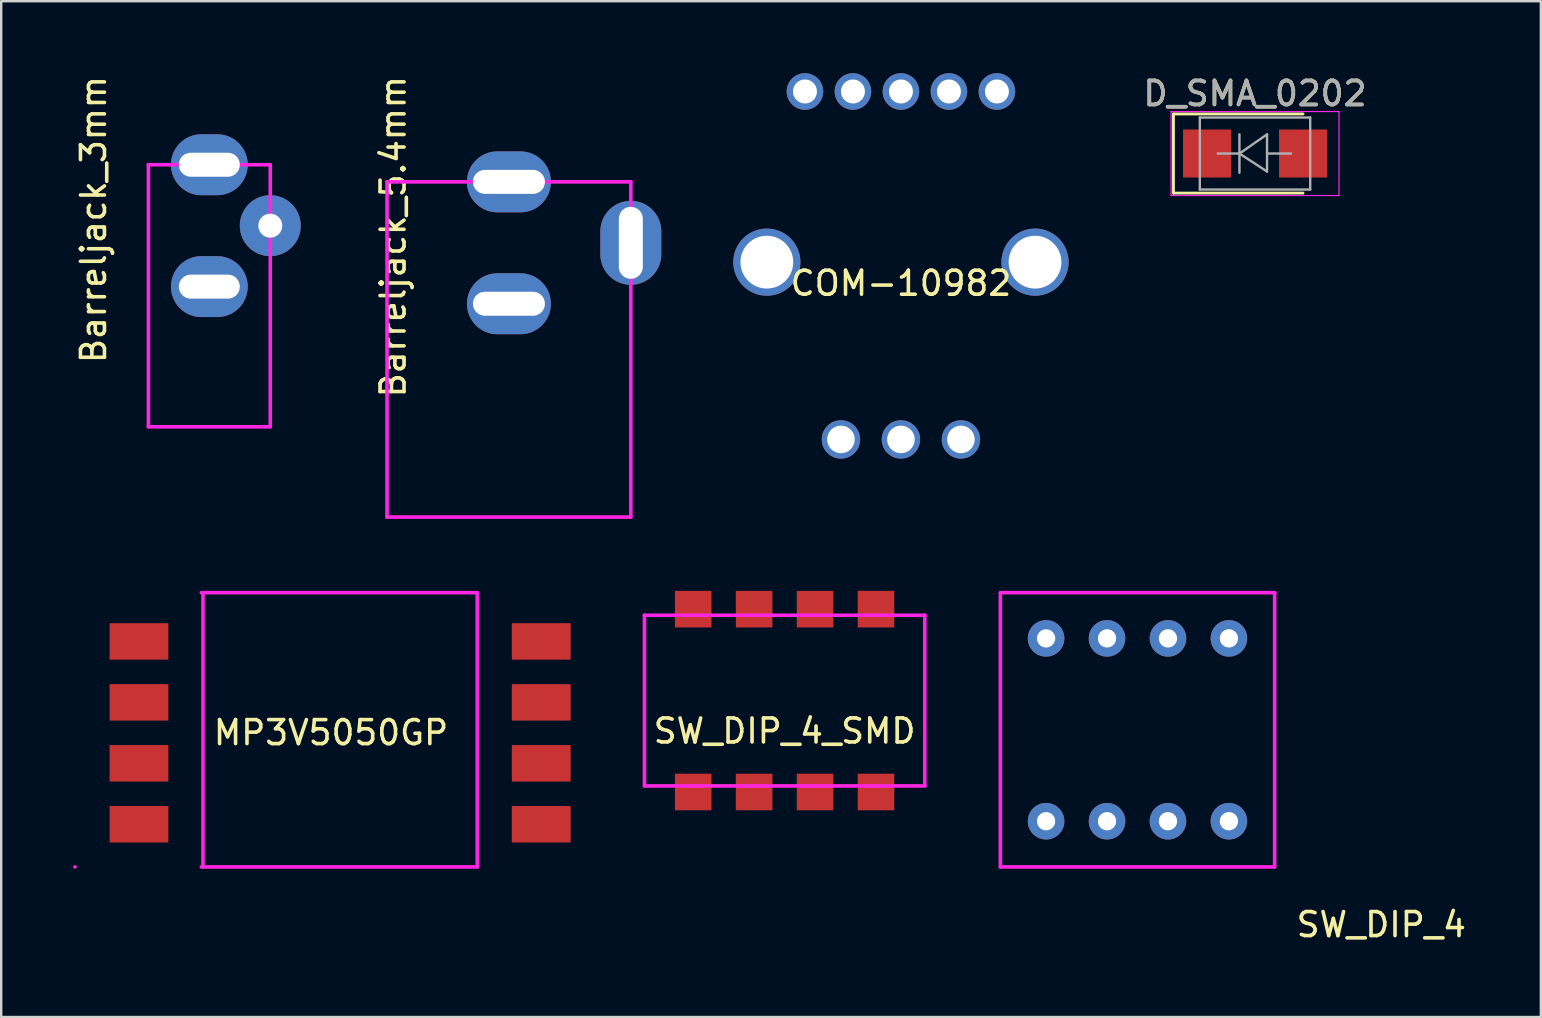
<source format=kicad_pcb>
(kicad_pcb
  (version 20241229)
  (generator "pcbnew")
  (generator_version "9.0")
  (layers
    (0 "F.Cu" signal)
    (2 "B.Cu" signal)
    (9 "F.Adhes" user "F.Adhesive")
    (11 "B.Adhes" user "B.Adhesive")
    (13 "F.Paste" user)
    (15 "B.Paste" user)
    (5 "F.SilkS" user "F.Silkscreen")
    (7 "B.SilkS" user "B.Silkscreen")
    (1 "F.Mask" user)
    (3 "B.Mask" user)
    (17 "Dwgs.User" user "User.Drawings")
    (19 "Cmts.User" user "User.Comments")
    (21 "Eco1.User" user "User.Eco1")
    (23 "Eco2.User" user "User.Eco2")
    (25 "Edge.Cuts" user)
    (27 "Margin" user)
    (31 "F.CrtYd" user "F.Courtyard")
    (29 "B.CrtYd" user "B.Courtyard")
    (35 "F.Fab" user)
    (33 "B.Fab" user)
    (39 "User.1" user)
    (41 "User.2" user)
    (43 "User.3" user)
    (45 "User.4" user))
  (footprint "Barreljack_5.4mm"
    (layer "F.Cu")
    (at 18.159 7.069)
    (property "Reference" "Barreljack_5.4mm" (at -4.826 -0.254 90) (layer "F.SilkS") (effects (font (size 1 1) (thickness 0.15))))
    (attr through_hole)
    (fp_line (start -5.08 -2.54) (end -5.08 11.43) (stroke (width 0.15) (type solid)) (layer "F.CrtYd"))
    (fp_line (start -5.08 11.43) (end 5.08 11.43) (stroke (width 0.15) (type solid)) (layer "F.CrtYd"))
    (fp_line (start 5.08 -2.54) (end -5.08 -2.54) (stroke (width 0.15) (type solid)) (layer "F.CrtYd"))
    (fp_line (start 5.08 11.43) (end 5.08 -2.54) (stroke (width 0.15) (type solid)) (layer "F.CrtYd"))
    (pad "1" thru_hole oval (at 0 -2.54) (size 3.5 2.54) (drill oval 3 1) (layers "*.Cu" "*.Mask"))
    (pad "2" thru_hole oval (at 0 2.54) (size 3.5 2.54) (drill oval 3 1) (layers "*.Cu" "*.Mask"))
    (pad "3" thru_hole oval (at 5.08 0 90) (size 3.5 2.54) (drill oval 3 1) (layers "*.Cu" "*.Mask")))
  (footprint "MP3V5050GP"
    (layer "F.Cu")
    (at 10.997 27.491)
    (property "Reference" "MP3V5050GP" (at -0.254 -0.008 0) (layer "F.SilkS") (effects (font (size 1 1) (thickness 0.15))))
    (attr through_hole)
    (fp_line (start -10.922 5.588) (end -10.922 5.588) (stroke (width 0.15) (type solid)) (layer "F.CrtYd"))
    (fp_line (start -5.658 -5.842) (end 5.842 -5.842) (stroke (width 0.15) (type solid)) (layer "F.CrtYd"))
    (fp_line (start -5.658 5.588) (end 5.842 5.588) (stroke (width 0.15) (type solid)) (layer "F.CrtYd"))
    (fp_line (start -5.588 -5.842) (end -5.588 5.588) (stroke (width 0.15) (type solid)) (layer "F.CrtYd"))
    (fp_line (start 5.842 -5.842) (end 5.842 5.588) (stroke (width 0.15) (type solid)) (layer "F.CrtYd"))
    (pad "1" smd rect (at -8.255 -3.81) (size 2.45 1.52) (layers "F.Cu" "F.Mask" "F.Paste"))
    (pad "2" smd rect (at -8.255 -1.27) (size 2.45 1.52) (layers "F.Cu" "F.Mask" "F.Paste"))
    (pad "3" smd rect (at -8.255 1.27) (size 2.45 1.52) (layers "F.Cu" "F.Mask" "F.Paste"))
    (pad "4" smd rect (at -8.255 3.81) (size 2.45 1.52) (layers "F.Cu" "F.Mask" "F.Paste"))
    (pad "5" smd rect (at 8.509 3.81) (size 2.45 1.52) (layers "F.Cu" "F.Mask" "F.Paste"))
    (pad "6" smd rect (at 8.509 1.27) (size 2.45 1.52) (layers "F.Cu" "F.Mask" "F.Paste"))
    (pad "7" smd rect (at 8.509 -1.27) (size 2.45 1.52) (layers "F.Cu" "F.Mask" "F.Paste"))
    (pad "8" smd rect (at 8.509 -3.81) (size 2.45 1.52) (layers "F.Cu" "F.Mask" "F.Paste")))
  (footprint "D_SMA_0202"
    (layer "F.Cu")
    (at 49.252 3.348)
    (property "Reference" "D_SMA_0202" (at 0 -2.5 0) (layer "F.SilkS") (effects (font (size 1 1) (thickness 0.15))))
    (attr smd)
    (fp_line (start -3.4 -1.65) (end -3.4 1.65) (stroke (width 0.12) (type solid)) (layer "F.SilkS"))
    (fp_line (start -3.4 -1.65) (end 2 -1.65) (stroke (width 0.12) (type solid)) (layer "F.SilkS"))
    (fp_line (start -3.4 1.65) (end 2 1.65) (stroke (width 0.12) (type solid)) (layer "F.SilkS"))
    (fp_line (start -3.5 -1.75) (end 3.5 -1.75) (stroke (width 0.05) (type solid)) (layer "F.CrtYd"))
    (fp_line (start -3.5 1.75) (end -3.5 -1.75) (stroke (width 0.05) (type solid)) (layer "F.CrtYd"))
    (fp_line (start 3.5 -1.75) (end 3.5 1.75) (stroke (width 0.05) (type solid)) (layer "F.CrtYd"))
    (fp_line (start 3.5 1.75) (end -3.5 1.75) (stroke (width 0.05) (type solid)) (layer "F.CrtYd"))
    (fp_line (start -2.3 1.5) (end -2.3 -1.5) (stroke (width 0.1) (type solid)) (layer "F.Fab"))
    (fp_line (start -0.649 -0.799) (end -0.649 0.801) (stroke (width 0.1) (type solid)) (layer "F.Fab"))
    (fp_line (start -0.649 0.001) (end -1.551 0.001) (stroke (width 0.1) (type solid)) (layer "F.Fab"))
    (fp_line (start -0.649 0.001) (end 0.501 -0.799) (stroke (width 0.1) (type solid)) (layer "F.Fab"))
    (fp_line (start -0.649 0.001) (end 0.501 0.75) (stroke (width 0.1) (type solid)) (layer "F.Fab"))
    (fp_line (start 0.501 0.001) (end 1.499 0.001) (stroke (width 0.1) (type solid)) (layer "F.Fab"))
    (fp_line (start 0.501 0.75) (end 0.501 -0.799) (stroke (width 0.1) (type solid)) (layer "F.Fab"))
    (fp_line (start 2.3 -1.5) (end -2.3 -1.5) (stroke (width 0.1) (type solid)) (layer "F.Fab"))
    (fp_line (start 2.3 -1.5) (end 2.3 1.5) (stroke (width 0.1) (type solid)) (layer "F.Fab"))
    (fp_line (start 2.3 1.5) (end -2.3 1.5) (stroke (width 0.1) (type solid)) (layer "F.Fab"))
    (fp_text user "${REFERENCE}" (at 0 -2.5 0) (layer "F.Fab") (effects (font (size 1 1) (thickness 0.15))))
    (pad "1" smd rect (at -2 0) (size 2 2) (layers "F.Cu" "F.Mask" "F.Paste"))
    (pad "2" smd rect (at 2 0) (size 2 2) (layers "F.Cu" "F.Mask" "F.Paste")))
  (footprint "SW_DIP_4_SMD"
    (layer "F.Cu")
    (at 29.648 26.146)
    (property "Reference" "SW_DIP_4_SMD" (at 0 1.27 0) (layer "F.SilkS") (effects (font (size 1 1) (thickness 0.15))))
    (attr through_hole)
    (fp_line (start -5.842 -3.556) (end -5.842 3.556) (stroke (width 0.15) (type solid)) (layer "F.CrtYd"))
    (fp_line (start -5.842 3.556) (end 5.842 3.556) (stroke (width 0.15) (type solid)) (layer "F.CrtYd"))
    (fp_line (start 5.842 -3.556) (end -5.842 -3.556) (stroke (width 0.15) (type solid)) (layer "F.CrtYd"))
    (fp_line (start 5.842 3.556) (end 5.842 -3.556) (stroke (width 0.15) (type solid)) (layer "F.CrtYd"))
    (pad "1" smd rect (at 3.81 -3.81) (size 1.524 1.524) (layers "F.Cu" "F.Mask" "F.Paste"))
    (pad "2" smd rect (at 1.27 -3.81) (size 1.524 1.524) (layers "F.Cu" "F.Mask" "F.Paste"))
    (pad "3" smd rect (at -1.27 -3.81) (size 1.524 1.524) (layers "F.Cu" "F.Mask" "F.Paste"))
    (pad "4" smd rect (at -3.81 -3.81) (size 1.524 1.524) (layers "F.Cu" "F.Mask" "F.Paste"))
    (pad "5" smd rect (at -3.81 3.81) (size 1.524 1.524) (layers "F.Cu" "F.Mask" "F.Paste"))
    (pad "6" smd rect (at -1.27 3.81) (size 1.524 1.524) (layers "F.Cu" "F.Mask" "F.Paste"))
    (pad "7" smd rect (at 1.27 3.81) (size 1.524 1.524) (layers "F.Cu" "F.Mask" "F.Paste"))
    (pad "8" smd rect (at 3.81 3.81) (size 1.524 1.524) (layers "F.Cu" "F.Mask" "F.Paste")))
  (footprint "COM-10982"
    (layer "F.Cu")
    (at 34.496 7.875)
    (property "Reference" "COM-10982" (at 0 0.881 0) (layer "F.SilkS") (effects (font (size 1 1) (thickness 0.15))))
    (attr through_hole)
    (pad "1" thru_hole circle (at -4 -7.112) (size 1.525 1.525) (drill 1) (layers "*.Cu" "*.Mask"))
    (pad "2" thru_hole circle (at -2 -7.112) (size 1.525 1.525) (drill 1) (layers "*.Cu" "*.Mask"))
    (pad "3" thru_hole circle (at 0 -7.112) (size 1.525 1.525) (drill 1) (layers "*.Cu" "*.Mask"))
    (pad "4" thru_hole circle (at 2 -7.112) (size 1.525 1.525) (drill 1) (layers "*.Cu" "*.Mask"))
    (pad "5" thru_hole circle (at 4 -7.112) (size 1.525 1.525) (drill 1) (layers "*.Cu" "*.Mask"))
    (pad "A" thru_hole circle (at -2.5 7.388) (size 1.6 1.6) (drill 1.15) (layers "*.Cu" "*.Mask"))
    (pad "B" thru_hole circle (at 2.5 7.388) (size 1.6 1.6) (drill 1.15) (layers "*.Cu" "*.Mask"))
    (pad "C" thru_hole circle (at 0 7.388) (size 1.6 1.6) (drill 1.15) (layers "*.Cu" "*.Mask"))
    (pad "~" thru_hole circle (at -5.588 0 90) (size 2.8 2.8) (drill 2.2) (layers "*.Cu" "*.Mask"))
    (pad "~" thru_hole circle (at 5.588 0) (size 2.8 2.8) (drill 2.2) (layers "*.Cu" "*.Mask")))
  (footprint "Barreljack_3mm"
    (layer "F.Cu")
    (at 5.674 6.355)
    (property "Reference" "Barreljack_3mm" (at -4.826 -0.254 90) (layer "F.SilkS") (effects (font (size 1 1) (thickness 0.15))))
    (attr through_hole)
    (fp_line (start -2.54 -2.54) (end -2.54 8.382) (stroke (width 0.15) (type solid)) (layer "F.CrtYd"))
    (fp_line (start -2.54 8.382) (end 2.54 8.382) (stroke (width 0.15) (type solid)) (layer "F.CrtYd"))
    (fp_line (start 2.54 -2.54) (end -2.54 -2.54) (stroke (width 0.15) (type solid)) (layer "F.CrtYd"))
    (fp_line (start 2.54 8.382) (end 2.54 -2.54) (stroke (width 0.15) (type solid)) (layer "F.CrtYd"))
    (pad "1" thru_hole oval (at 0 -2.54) (size 3.2 2.54) (drill oval 2.54 1) (layers "*.Cu" "*.Mask"))
    (pad "2" thru_hole oval (at 0 2.54) (size 3.2 2.54) (drill oval 2.54 1) (layers "*.Cu" "*.Mask"))
    (pad "3" thru_hole oval (at 2.54 0) (size 2.54 2.54) (drill 1) (layers "*.Cu" "*.Mask")))
  (footprint "SW_DIP_4"
    (layer "F.Cu")
    (at 44.355 27.364)
    (property "Reference" "SW_DIP_4" (at 10.16 8.12 0) (layer "F.SilkS") (effects (font (size 1 1) (thickness 0.15))))
    (attr through_hole)
    (fp_line (start -5.715 -5.715) (end -5.715 5.715) (stroke (width 0.15) (type solid)) (layer "F.CrtYd"))
    (fp_line (start -5.715 5.715) (end 5.715 5.715) (stroke (width 0.15) (type solid)) (layer "F.CrtYd"))
    (fp_line (start 5.715 -5.715) (end -5.715 -5.715) (stroke (width 0.15) (type solid)) (layer "F.CrtYd"))
    (fp_line (start 5.715 5.715) (end 5.715 -5.715) (stroke (width 0.15) (type solid)) (layer "F.CrtYd"))
    (pad "1" thru_hole circle (at 3.81 -3.81) (size 1.524 1.524) (drill 0.762) (layers "*.Cu" "*.Mask"))
    (pad "2" thru_hole circle (at 1.27 -3.81) (size 1.524 1.524) (drill 0.762) (layers "*.Cu" "*.Mask"))
    (pad "3" thru_hole circle (at -1.27 -3.81) (size 1.524 1.524) (drill 0.762) (layers "*.Cu" "*.Mask"))
    (pad "4" thru_hole circle (at -3.81 -3.81) (size 1.524 1.524) (drill 0.762) (layers "*.Cu" "*.Mask"))
    (pad "5" thru_hole circle (at -3.81 3.81) (size 1.524 1.524) (drill 0.762) (layers "*.Cu" "*.Mask"))
    (pad "6" thru_hole circle (at -1.27 3.81) (size 1.524 1.524) (drill 0.762) (layers "*.Cu" "*.Mask"))
    (pad "7" thru_hole circle (at 1.27 3.81) (size 1.524 1.524) (drill 0.762) (layers "*.Cu" "*.Mask"))
    (pad "8" thru_hole circle (at 3.81 3.81) (size 1.524 1.524) (drill 0.762) (layers "*.Cu" "*.Mask")))
  (gr_rect
    (start -3 -3)
    (end 61.164 39.333)
    (stroke (width 0.1) (type default))
    (fill no)
    (layer "Edge.Cuts")))
</source>
